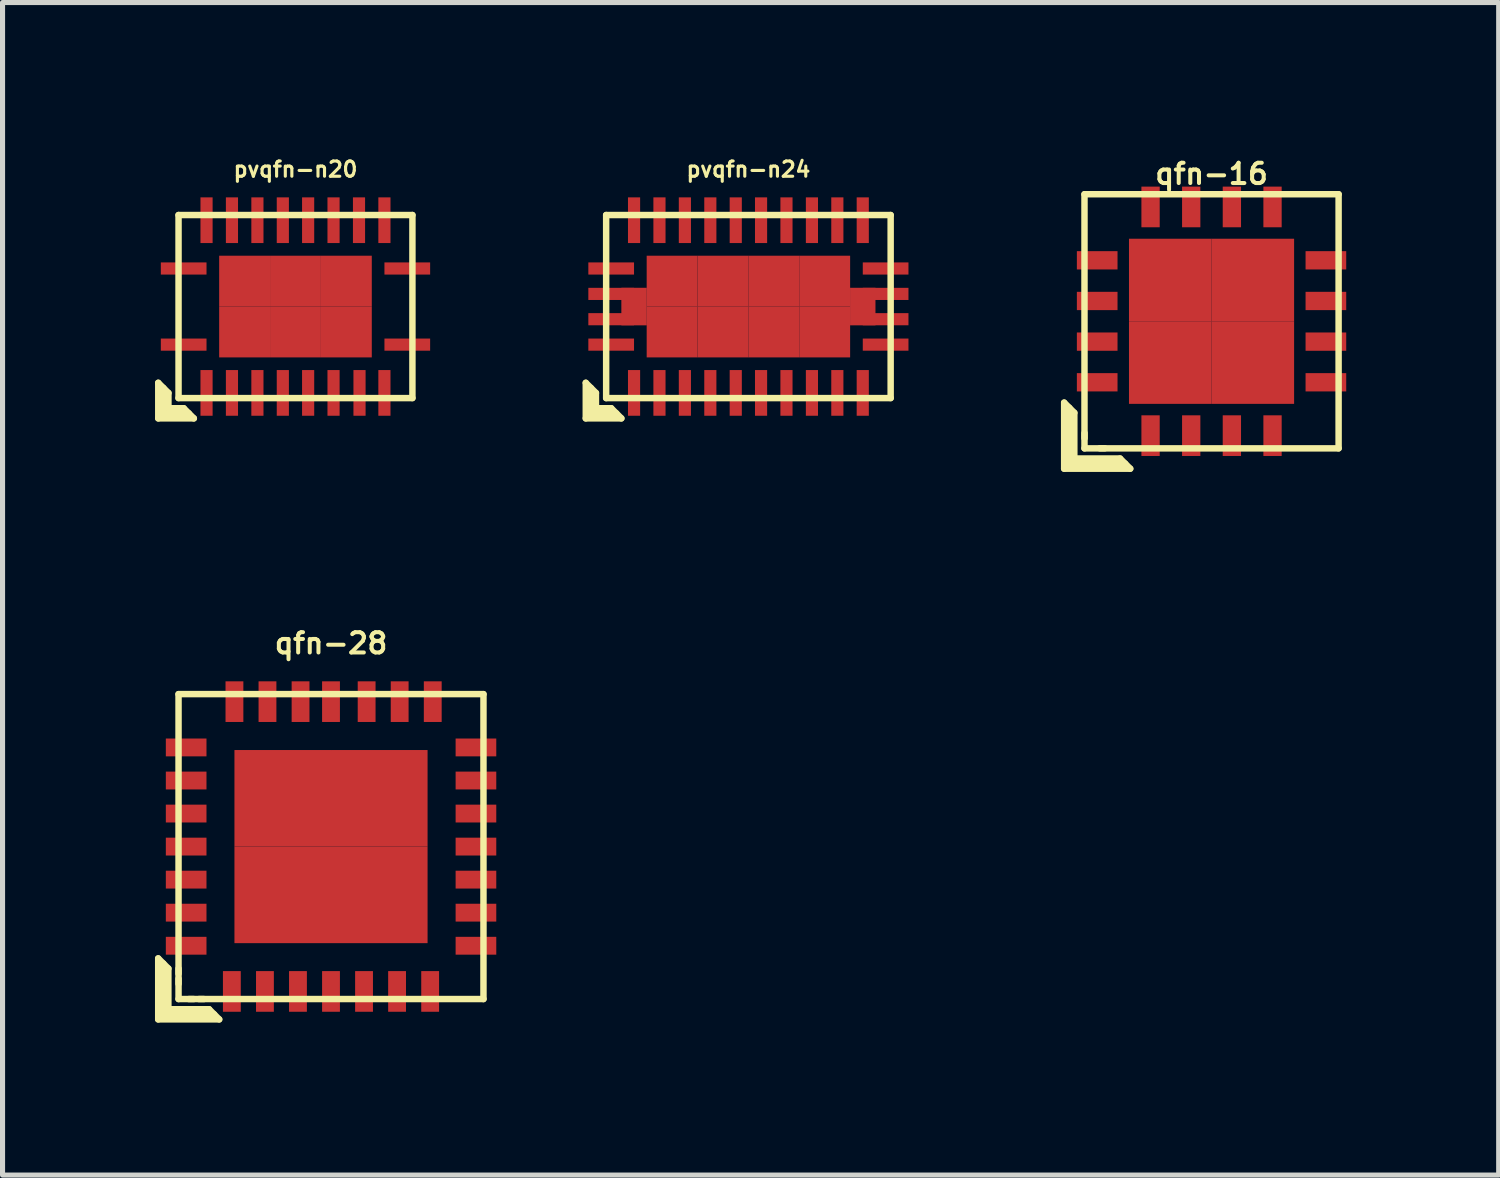
<source format=kicad_pcb>
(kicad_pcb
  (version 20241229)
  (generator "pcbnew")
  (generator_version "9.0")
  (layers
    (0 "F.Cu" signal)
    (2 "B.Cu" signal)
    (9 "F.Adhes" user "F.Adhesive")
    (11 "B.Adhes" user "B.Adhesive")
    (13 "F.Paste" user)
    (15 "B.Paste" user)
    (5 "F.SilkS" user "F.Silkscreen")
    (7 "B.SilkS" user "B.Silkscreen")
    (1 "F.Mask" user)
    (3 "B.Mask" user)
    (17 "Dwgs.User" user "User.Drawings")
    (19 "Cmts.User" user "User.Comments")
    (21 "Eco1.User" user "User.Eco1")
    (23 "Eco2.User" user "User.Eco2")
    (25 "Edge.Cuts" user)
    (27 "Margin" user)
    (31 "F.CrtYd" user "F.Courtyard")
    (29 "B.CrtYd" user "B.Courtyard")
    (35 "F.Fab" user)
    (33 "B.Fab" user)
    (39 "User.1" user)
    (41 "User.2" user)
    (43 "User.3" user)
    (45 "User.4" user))
  (footprint "pvqfn-n20"
    (layer "F.Cu")
    (at 2.764 2.982)
    (property "Reference" "pvqfn-n20" (at 0 -2.7 0) (layer "F.SilkS") (effects (font (size 0.3 0.3) (thickness 0.061))))
    (attr through_hole)
    (fp_line (start -2.7 1.5) (end -2.5 1.7) (stroke (width 0.127) (type solid)) (layer "F.SilkS"))
    (fp_line (start -2.7 2.2) (end -2.7 1.5) (stroke (width 0.127) (type solid)) (layer "F.SilkS"))
    (fp_line (start -2.6 2.1) (end -2.6 1.6) (stroke (width 0.127) (type solid)) (layer "F.SilkS"))
    (fp_line (start -2.5 1.7) (end -2.5 2) (stroke (width 0.127) (type solid)) (layer "F.SilkS"))
    (fp_line (start -2.5 2) (end -2.2 2) (stroke (width 0.127) (type solid)) (layer "F.SilkS"))
    (fp_line (start -2.301 -1.801) (end 2.301 -1.801) (stroke (width 0.127) (type solid)) (layer "F.SilkS"))
    (fp_line (start -2.301 1.801) (end -2.301 -1.801) (stroke (width 0.127) (type solid)) (layer "F.SilkS"))
    (fp_line (start -2.1 2.1) (end -2.6 2.1) (stroke (width 0.127) (type solid)) (layer "F.SilkS"))
    (fp_line (start -2 2.2) (end -2.7 2.2) (stroke (width 0.127) (type solid)) (layer "F.SilkS"))
    (fp_line (start -2 2.2) (end -2.2 2) (stroke (width 0.127) (type solid)) (layer "F.SilkS"))
    (fp_line (start 2.301 -1.801) (end 2.301 1.801) (stroke (width 0.127) (type solid)) (layer "F.SilkS"))
    (fp_line (start 2.301 1.801) (end -2.301 1.801) (stroke (width 0.127) (type solid)) (layer "F.SilkS"))
    (pad "1" smd rect (at -2.2 0.749) (size 0.899 0.239) (layers "F.Cu" "F.Mask" "F.Paste"))
    (pad "2" smd rect (at -1.75 1.699) (size 0.239 0.899) (layers "F.Cu" "F.Mask" "F.Paste"))
    (pad "3" smd rect (at -1.25 1.699) (size 0.239 0.899) (layers "F.Cu" "F.Mask" "F.Paste"))
    (pad "4" smd rect (at -0.749 1.699) (size 0.239 0.899) (layers "F.Cu" "F.Mask" "F.Paste"))
    (pad "5" smd rect (at -0.249 1.699) (size 0.239 0.899) (layers "F.Cu" "F.Mask" "F.Paste"))
    (pad "6" smd rect (at 0.249 1.699) (size 0.239 0.899) (layers "F.Cu" "F.Mask" "F.Paste"))
    (pad "7" smd rect (at 0.749 1.699) (size 0.239 0.899) (layers "F.Cu" "F.Mask" "F.Paste"))
    (pad "8" smd rect (at 1.26 1.699) (size 0.239 0.899) (layers "F.Cu" "F.Mask" "F.Paste"))
    (pad "9" smd rect (at 1.75 1.699) (size 0.239 0.899) (layers "F.Cu" "F.Mask" "F.Paste"))
    (pad "10" smd rect (at 2.2 0.749) (size 0.899 0.239) (layers "F.Cu" "F.Mask" "F.Paste"))
    (pad "11" smd rect (at 2.2 -0.749) (size 0.899 0.239) (layers "F.Cu" "F.Mask" "F.Paste"))
    (pad "12" smd rect (at 1.75 -1.699) (size 0.239 0.899) (layers "F.Cu" "F.Mask" "F.Paste"))
    (pad "13" smd rect (at 1.25 -1.699) (size 0.239 0.899) (layers "F.Cu" "F.Mask" "F.Paste"))
    (pad "14" smd rect (at 0.749 -1.699) (size 0.239 0.899) (layers "F.Cu" "F.Mask" "F.Paste"))
    (pad "15" smd rect (at 0.249 -1.699) (size 0.239 0.899) (layers "F.Cu" "F.Mask" "F.Paste"))
    (pad "16" smd rect (at -0.249 -1.699) (size 0.239 0.899) (layers "F.Cu" "F.Mask" "F.Paste"))
    (pad "17" smd rect (at -0.749 -1.699) (size 0.239 0.899) (layers "F.Cu" "F.Mask" "F.Paste"))
    (pad "18" smd rect (at -1.25 -1.699) (size 0.239 0.899) (layers "F.Cu" "F.Mask" "F.Paste"))
    (pad "19" smd rect (at -1.75 -1.699) (size 0.239 0.899) (layers "F.Cu" "F.Mask" "F.Paste"))
    (pad "20" smd rect (at -2.2 -0.749) (size 0.899 0.239) (layers "F.Cu" "F.Mask" "F.Paste"))
    (pad "21" smd rect (at -1.001 -0.5) (size 1.001 1.001) (layers "F.Cu" "F.Mask" "F.Paste"))
    (pad "21" smd rect (at -1.001 0.5) (size 1.001 1.001) (layers "F.Cu" "F.Mask" "F.Paste"))
    (pad "21" smd rect (at 0 -0.5) (size 1.001 1.001) (layers "F.Cu" "F.Mask" "F.Paste"))
    (pad "21" smd rect (at 0 0.5) (size 1.001 1.001) (layers "F.Cu" "F.Mask" "F.Paste"))
    (pad "21" smd rect (at 1.001 -0.5) (size 1.001 1.001) (layers "F.Cu" "F.Mask" "F.Paste"))
    (pad "21" smd rect (at 1.001 0.5) (size 1.001 1.001) (layers "F.Cu" "F.Mask" "F.Paste")))
  (footprint "qfn-28"
    (layer "F.Cu")
    (at 3.463 13.608)
    (property "Reference" "qfn-28" (at 0 -4 0) (layer "F.SilkS") (effects (font (size 0.399 0.399) (thickness 0.079))))
    (attr through_hole)
    (fp_line (start -3.4 2.2) (end -3.2 2.4) (stroke (width 0.127) (type solid)) (layer "F.SilkS"))
    (fp_line (start -3.4 3.4) (end -3.4 2.2) (stroke (width 0.127) (type solid)) (layer "F.SilkS"))
    (fp_line (start -3.3 2.3) (end -3.3 3.3) (stroke (width 0.127) (type solid)) (layer "F.SilkS"))
    (fp_line (start -3.3 3.3) (end -2.3 3.3) (stroke (width 0.127) (type solid)) (layer "F.SilkS"))
    (fp_line (start -3.2 2.4) (end -3.2 3.2) (stroke (width 0.127) (type solid)) (layer "F.SilkS"))
    (fp_line (start -3.2 3.2) (end -2.4 3.2) (stroke (width 0.127) (type solid)) (layer "F.SilkS"))
    (fp_line (start -3 -3) (end 3 -3) (stroke (width 0.127) (type solid)) (layer "F.SilkS"))
    (fp_line (start -3 2.4) (end -3 2.499) (stroke (width 0.127) (type solid)) (layer "F.SilkS"))
    (fp_line (start -3 2.601) (end -3 2.7) (stroke (width 0.127) (type solid)) (layer "F.SilkS"))
    (fp_line (start -3 3) (end -3 -3) (stroke (width 0.127) (type solid)) (layer "F.SilkS"))
    (fp_line (start -2.7 3) (end -2.799 3) (stroke (width 0.127) (type solid)) (layer "F.SilkS"))
    (fp_line (start -2.499 3) (end -2.601 3) (stroke (width 0.127) (type solid)) (layer "F.SilkS"))
    (fp_line (start -2.4 3.2) (end -2.2 3.4) (stroke (width 0.127) (type solid)) (layer "F.SilkS"))
    (fp_line (start -2.2 3.4) (end -3.4 3.4) (stroke (width 0.127) (type solid)) (layer "F.SilkS"))
    (fp_line (start 3 -3) (end 3 3) (stroke (width 0.127) (type solid)) (layer "F.SilkS"))
    (fp_line (start 3 3) (end -3 3) (stroke (width 0.127) (type solid)) (layer "F.SilkS"))
    (pad "1" smd rect (at -1.951 2.85) (size 0.351 0.8) (layers "F.Cu" "F.Mask" "F.Paste"))
    (pad "2" smd rect (at -1.3 2.85) (size 0.351 0.8) (layers "F.Cu" "F.Mask" "F.Paste"))
    (pad "3" smd rect (at -0.65 2.85) (size 0.351 0.8) (layers "F.Cu" "F.Mask" "F.Paste"))
    (pad "4" smd rect (at 0 2.85) (size 0.351 0.8) (layers "F.Cu" "F.Mask" "F.Paste"))
    (pad "5" smd rect (at 0.65 2.85) (size 0.351 0.8) (layers "F.Cu" "F.Mask" "F.Paste"))
    (pad "6" smd rect (at 1.3 2.85) (size 0.351 0.8) (layers "F.Cu" "F.Mask" "F.Paste"))
    (pad "7" smd rect (at 1.951 2.85) (size 0.351 0.8) (layers "F.Cu" "F.Mask" "F.Paste"))
    (pad "8" smd rect (at 2.852 1.951) (size 0.8 0.351) (layers "F.Cu" "F.Mask" "F.Paste"))
    (pad "9" smd rect (at 2.852 1.3) (size 0.8 0.351) (layers "F.Cu" "F.Mask" "F.Paste"))
    (pad "10" smd rect (at 2.852 0.65) (size 0.8 0.351) (layers "F.Cu" "F.Mask" "F.Paste"))
    (pad "11" smd rect (at 2.852 0) (size 0.8 0.351) (layers "F.Cu" "F.Mask" "F.Paste"))
    (pad "12" smd rect (at 2.852 -0.65) (size 0.8 0.351) (layers "F.Cu" "F.Mask" "F.Paste"))
    (pad "13" smd rect (at 2.852 -1.3) (size 0.8 0.351) (layers "F.Cu" "F.Mask" "F.Paste"))
    (pad "14" smd rect (at 2.852 -1.951) (size 0.8 0.351) (layers "F.Cu" "F.Mask" "F.Paste"))
    (pad "15" smd rect (at 2.002 -2.852) (size 0.351 0.8) (layers "F.Cu" "F.Mask" "F.Paste"))
    (pad "16" smd rect (at 1.351 -2.852) (size 0.351 0.8) (layers "F.Cu" "F.Mask" "F.Paste"))
    (pad "17" smd rect (at 0.701 -2.852) (size 0.351 0.8) (layers "F.Cu" "F.Mask" "F.Paste"))
    (pad "18" smd rect (at 0 -2.852) (size 0.351 0.8) (layers "F.Cu" "F.Mask" "F.Paste"))
    (pad "19" smd rect (at -0.599 -2.852) (size 0.351 0.8) (layers "F.Cu" "F.Mask" "F.Paste"))
    (pad "20" smd rect (at -1.25 -2.852) (size 0.351 0.8) (layers "F.Cu" "F.Mask" "F.Paste"))
    (pad "21" smd rect (at -1.9 -2.852) (size 0.351 0.8) (layers "F.Cu" "F.Mask" "F.Paste"))
    (pad "22" smd rect (at -2.85 -1.951) (size 0.8 0.351) (layers "F.Cu" "F.Mask" "F.Paste"))
    (pad "23" smd rect (at -2.85 -1.3) (size 0.8 0.351) (layers "F.Cu" "F.Mask" "F.Paste"))
    (pad "24" smd rect (at -2.85 -0.65) (size 0.8 0.351) (layers "F.Cu" "F.Mask" "F.Paste"))
    (pad "25" smd rect (at -2.85 0) (size 0.8 0.351) (layers "F.Cu" "F.Mask" "F.Paste"))
    (pad "26" smd rect (at -2.85 0.65) (size 0.8 0.351) (layers "F.Cu" "F.Mask" "F.Paste"))
    (pad "27" smd rect (at -2.85 1.3) (size 0.8 0.351) (layers "F.Cu" "F.Mask" "F.Paste"))
    (pad "28" smd rect (at -2.85 1.951) (size 0.8 0.351) (layers "F.Cu" "F.Mask" "F.Paste"))
    (pad "29" smd rect (at -0.95 -0.95) (size 1.9 1.9) (layers "F.Cu" "F.Mask" "F.Paste"))
    (pad "29" smd rect (at -0.95 0.95) (size 1.9 1.9) (layers "F.Cu" "F.Mask" "F.Paste"))
    (pad "29" smd rect (at 0.95 -0.95) (size 1.9 1.9) (layers "F.Cu" "F.Mask" "F.Paste"))
    (pad "29" smd rect (at 0.95 0.95) (size 1.9 1.9) (layers "F.Cu" "F.Mask" "F.Paste")))
  (footprint "qfn-16"
    (layer "F.Cu")
    (at 20.789 3.272)
    (property "Reference" "qfn-16" (at 0 -2.901 0) (layer "F.SilkS") (effects (font (size 0.399 0.399) (thickness 0.079))))
    (attr through_hole)
    (fp_line (start -2.9 1.6) (end -2.7 1.8) (stroke (width 0.127) (type solid)) (layer "F.SilkS"))
    (fp_line (start -2.9 2.9) (end -2.9 1.6) (stroke (width 0.127) (type solid)) (layer "F.SilkS"))
    (fp_line (start -2.8 1.7) (end -2.8 2.8) (stroke (width 0.127) (type solid)) (layer "F.SilkS"))
    (fp_line (start -2.8 2.8) (end -1.7 2.8) (stroke (width 0.127) (type solid)) (layer "F.SilkS"))
    (fp_line (start -2.7 1.8) (end -2.7 2.7) (stroke (width 0.127) (type solid)) (layer "F.SilkS"))
    (fp_line (start -2.7 2.7) (end -1.8 2.7) (stroke (width 0.127) (type solid)) (layer "F.SilkS"))
    (fp_line (start -2.5 -2.5) (end 2.5 -2.5) (stroke (width 0.127) (type solid)) (layer "F.SilkS"))
    (fp_line (start -2.5 2.5) (end -2.5 -2.5) (stroke (width 0.127) (type solid)) (layer "F.SilkS"))
    (fp_line (start -2.499 2.199) (end -2.499 2.301) (stroke (width 0.127) (type solid)) (layer "F.SilkS"))
    (fp_line (start -2.1 2.499) (end -2.199 2.499) (stroke (width 0.127) (type solid)) (layer "F.SilkS"))
    (fp_line (start -1.8 2.7) (end -1.6 2.9) (stroke (width 0.127) (type solid)) (layer "F.SilkS"))
    (fp_line (start -1.6 2.9) (end -2.9 2.9) (stroke (width 0.127) (type solid)) (layer "F.SilkS"))
    (fp_line (start 2.5 -2.5) (end 2.5 2.5) (stroke (width 0.127) (type solid)) (layer "F.SilkS"))
    (fp_line (start 2.5 2.5) (end -2.5 2.5) (stroke (width 0.127) (type solid)) (layer "F.SilkS"))
    (pad "1" smd rect (at -1.2 2.25) (size 0.36 0.8) (layers "F.Cu" "F.Mask" "F.Paste"))
    (pad "2" smd rect (at -0.4 2.25) (size 0.36 0.8) (layers "F.Cu" "F.Mask" "F.Paste"))
    (pad "3" smd rect (at 0.4 2.25) (size 0.36 0.8) (layers "F.Cu" "F.Mask" "F.Paste"))
    (pad "4" smd rect (at 1.2 2.25) (size 0.36 0.8) (layers "F.Cu" "F.Mask" "F.Paste"))
    (pad "5" smd rect (at 2.25 1.2) (size 0.8 0.36) (layers "F.Cu" "F.Mask" "F.Paste"))
    (pad "6" smd rect (at 2.25 0.4) (size 0.8 0.36) (layers "F.Cu" "F.Mask" "F.Paste"))
    (pad "7" smd rect (at 2.25 -0.4) (size 0.8 0.36) (layers "F.Cu" "F.Mask" "F.Paste"))
    (pad "8" smd rect (at 2.25 -1.2) (size 0.8 0.36) (layers "F.Cu" "F.Mask" "F.Paste"))
    (pad "9" smd rect (at 1.2 -2.25) (size 0.36 0.8) (layers "F.Cu" "F.Mask" "F.Paste"))
    (pad "10" smd rect (at 0.4 -2.25) (size 0.36 0.8) (layers "F.Cu" "F.Mask" "F.Paste"))
    (pad "11" smd rect (at -0.4 -2.25) (size 0.36 0.8) (layers "F.Cu" "F.Mask" "F.Paste"))
    (pad "12" smd rect (at -1.2 -2.25) (size 0.36 0.8) (layers "F.Cu" "F.Mask" "F.Paste"))
    (pad "13" smd rect (at -2.25 -1.2) (size 0.8 0.36) (layers "F.Cu" "F.Mask" "F.Paste"))
    (pad "14" smd rect (at -2.25 -0.4) (size 0.8 0.36) (layers "F.Cu" "F.Mask" "F.Paste"))
    (pad "15" smd rect (at -2.25 0.4) (size 0.8 0.36) (layers "F.Cu" "F.Mask" "F.Paste"))
    (pad "16" smd rect (at -2.25 1.2) (size 0.8 0.36) (layers "F.Cu" "F.Mask" "F.Paste"))
    (pad "21" smd rect (at -0.812 -0.812) (size 1.625 1.625) (layers "F.Cu" "F.Mask" "F.Paste"))
    (pad "21" smd rect (at -0.812 0.812) (size 1.625 1.625) (layers "F.Cu" "F.Mask" "F.Paste"))
    (pad "21" smd rect (at 0.812 -0.812) (size 1.625 1.625) (layers "F.Cu" "F.Mask" "F.Paste"))
    (pad "21" smd rect (at 0.812 0.812) (size 1.625 1.625) (layers "F.Cu" "F.Mask" "F.Paste")))
  (footprint "pvqfn-n24"
    (layer "F.Cu")
    (at 11.676 2.982)
    (property "Reference" "pvqfn-n24" (at 0 -2.7 0) (layer "F.SilkS") (effects (font (size 0.3 0.3) (thickness 0.061))))
    (attr through_hole)
    (fp_line (start -3.2 1.5) (end -3.2 2.2) (stroke (width 0.127) (type solid)) (layer "F.SilkS"))
    (fp_line (start -3.2 2.2) (end -2.5 2.2) (stroke (width 0.127) (type solid)) (layer "F.SilkS"))
    (fp_line (start -3.1 2.1) (end -3.1 1.6) (stroke (width 0.127) (type solid)) (layer "F.SilkS"))
    (fp_line (start -3 1.7) (end -3.2 1.5) (stroke (width 0.127) (type solid)) (layer "F.SilkS"))
    (fp_line (start -3 2) (end -3 1.7) (stroke (width 0.127) (type solid)) (layer "F.SilkS"))
    (fp_line (start -2.799 -1.801) (end 2.799 -1.801) (stroke (width 0.127) (type solid)) (layer "F.SilkS"))
    (fp_line (start -2.799 1.801) (end -2.799 -1.801) (stroke (width 0.127) (type solid)) (layer "F.SilkS"))
    (fp_line (start -2.7 2) (end -3 2) (stroke (width 0.127) (type solid)) (layer "F.SilkS"))
    (fp_line (start -2.6 2.1) (end -3.1 2.1) (stroke (width 0.127) (type solid)) (layer "F.SilkS"))
    (fp_line (start -2.5 2.2) (end -2.7 2) (stroke (width 0.127) (type solid)) (layer "F.SilkS"))
    (fp_line (start 2.799 -1.801) (end 2.799 1.801) (stroke (width 0.127) (type solid)) (layer "F.SilkS"))
    (fp_line (start 2.799 1.801) (end -2.799 1.801) (stroke (width 0.127) (type solid)) (layer "F.SilkS"))
    (pad "1" smd rect (at -2.7 0.749) (size 0.899 0.239) (layers "F.Cu" "F.Mask" "F.Paste"))
    (pad "2" smd rect (at -2.25 1.699) (size 0.239 0.899) (layers "F.Cu" "F.Mask" "F.Paste"))
    (pad "3" smd rect (at -1.75 1.699) (size 0.239 0.899) (layers "F.Cu" "F.Mask" "F.Paste"))
    (pad "4" smd rect (at -1.25 1.699) (size 0.239 0.899) (layers "F.Cu" "F.Mask" "F.Paste"))
    (pad "5" smd rect (at -0.749 1.699) (size 0.239 0.899) (layers "F.Cu" "F.Mask" "F.Paste"))
    (pad "6" smd rect (at -0.249 1.699) (size 0.239 0.899) (layers "F.Cu" "F.Mask" "F.Paste"))
    (pad "7" smd rect (at 0.249 1.699) (size 0.239 0.899) (layers "F.Cu" "F.Mask" "F.Paste"))
    (pad "8" smd rect (at 0.749 1.699) (size 0.239 0.899) (layers "F.Cu" "F.Mask" "F.Paste"))
    (pad "9" smd rect (at 1.25 1.699) (size 0.239 0.899) (layers "F.Cu" "F.Mask" "F.Paste"))
    (pad "10" smd rect (at 1.75 1.699) (size 0.239 0.899) (layers "F.Cu" "F.Mask" "F.Paste"))
    (pad "11" smd rect (at 2.25 1.699) (size 0.239 0.899) (layers "F.Cu" "F.Mask" "F.Paste"))
    (pad "12" smd rect (at 2.7 0.749) (size 0.899 0.239) (layers "F.Cu" "F.Mask" "F.Paste"))
    (pad "13" smd rect (at 2.7 -0.749) (size 0.899 0.239) (layers "F.Cu" "F.Mask" "F.Paste"))
    (pad "14" smd rect (at 2.25 -1.699) (size 0.239 0.899) (layers "F.Cu" "F.Mask" "F.Paste"))
    (pad "15" smd rect (at 1.75 -1.699) (size 0.239 0.899) (layers "F.Cu" "F.Mask" "F.Paste"))
    (pad "16" smd rect (at 1.25 -1.699) (size 0.239 0.899) (layers "F.Cu" "F.Mask" "F.Paste"))
    (pad "17" smd rect (at 0.749 -1.699) (size 0.239 0.899) (layers "F.Cu" "F.Mask" "F.Paste"))
    (pad "18" smd rect (at 0.249 -1.699) (size 0.239 0.899) (layers "F.Cu" "F.Mask" "F.Paste"))
    (pad "19" smd rect (at -0.249 -1.699) (size 0.239 0.899) (layers "F.Cu" "F.Mask" "F.Paste"))
    (pad "20" smd rect (at -0.749 -1.699) (size 0.239 0.899) (layers "F.Cu" "F.Mask" "F.Paste"))
    (pad "21" smd rect (at -1.25 -1.699) (size 0.239 0.899) (layers "F.Cu" "F.Mask" "F.Paste"))
    (pad "22" smd rect (at -1.75 -1.699) (size 0.239 0.899) (layers "F.Cu" "F.Mask" "F.Paste"))
    (pad "23" smd rect (at -2.25 -1.699) (size 0.239 0.899) (layers "F.Cu" "F.Mask" "F.Paste"))
    (pad "24" smd rect (at -2.7 -0.749) (size 0.899 0.239) (layers "F.Cu" "F.Mask" "F.Paste"))
    (pad "25" smd rect (at -2.7 -0.249) (size 0.899 0.239) (layers "F.Cu" "F.Mask" "F.Paste"))
    (pad "25" smd rect (at -2.7 0.249) (size 0.899 0.239) (layers "F.Cu" "F.Mask" "F.Paste"))
    (pad "25" smd rect (at -2.25 0) (size 0.5 0.739) (layers "F.Cu" "F.Mask" "F.Paste"))
    (pad "25" smd rect (at -1.501 -0.5) (size 1.001 1.001) (layers "F.Cu" "F.Mask" "F.Paste"))
    (pad "25" smd rect (at -1.501 0.5) (size 1.001 1.001) (layers "F.Cu" "F.Mask" "F.Paste"))
    (pad "25" smd rect (at -0.5 -0.5) (size 1.001 1.001) (layers "F.Cu" "F.Mask" "F.Paste"))
    (pad "25" smd rect (at -0.5 0.5) (size 1.001 1.001) (layers "F.Cu" "F.Mask" "F.Paste"))
    (pad "25" smd rect (at 0.5 -0.5) (size 1.001 1.001) (layers "F.Cu" "F.Mask" "F.Paste"))
    (pad "25" smd rect (at 0.5 0.5) (size 1.001 1.001) (layers "F.Cu" "F.Mask" "F.Paste"))
    (pad "25" smd rect (at 1.501 -0.5) (size 1.001 1.001) (layers "F.Cu" "F.Mask" "F.Paste"))
    (pad "25" smd rect (at 1.501 0.5) (size 1.001 1.001) (layers "F.Cu" "F.Mask" "F.Paste"))
    (pad "25" smd rect (at 2.25 0) (size 0.5 0.739) (layers "F.Cu" "F.Mask" "F.Paste"))
    (pad "25" smd rect (at 2.7 -0.249) (size 0.899 0.239) (layers "F.Cu" "F.Mask" "F.Paste"))
    (pad "25" smd rect (at 2.7 0.249) (size 0.899 0.239) (layers "F.Cu" "F.Mask" "F.Paste")))
  (gr_rect
    (start -3 -3)
    (end 26.439 20.071)
    (stroke (width 0.1) (type default))
    (fill no)
    (layer "Edge.Cuts")))
</source>
